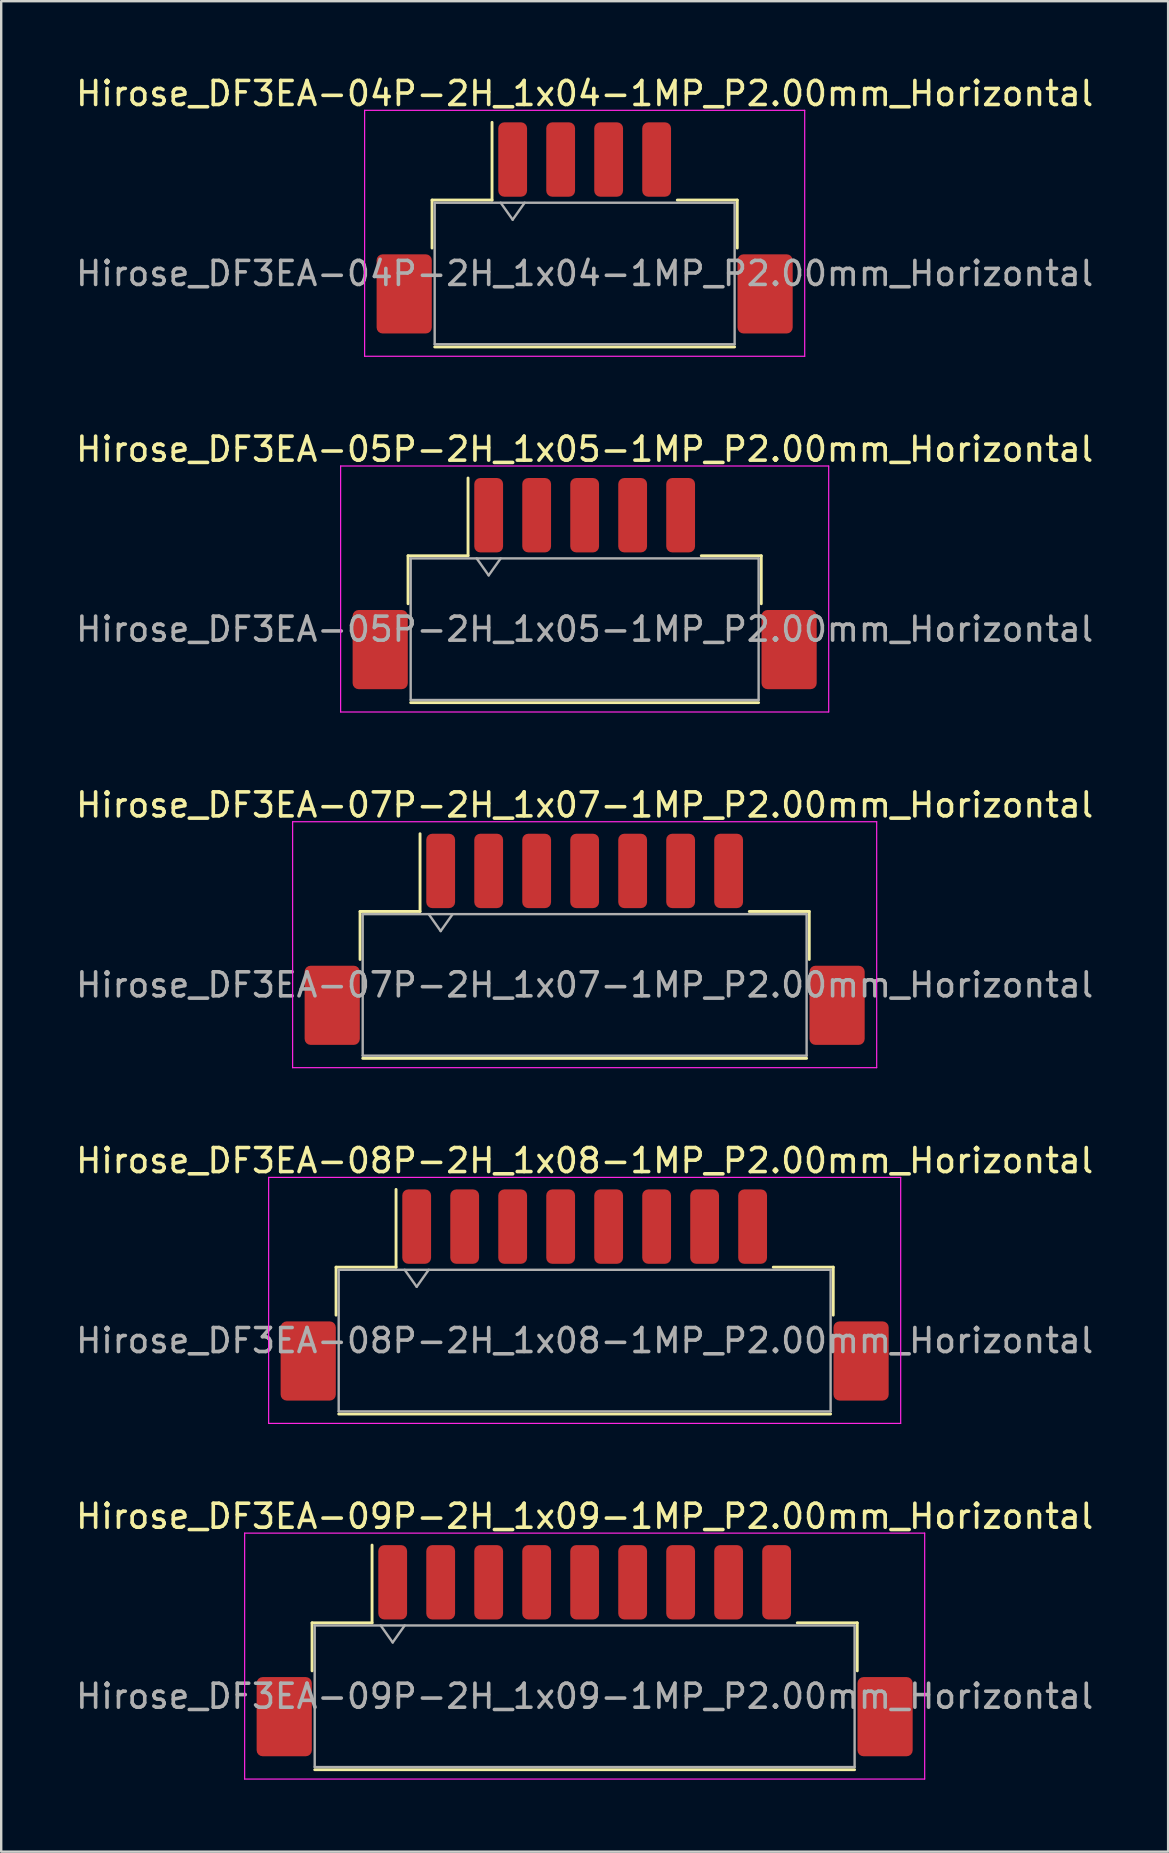
<source format=kicad_pcb>
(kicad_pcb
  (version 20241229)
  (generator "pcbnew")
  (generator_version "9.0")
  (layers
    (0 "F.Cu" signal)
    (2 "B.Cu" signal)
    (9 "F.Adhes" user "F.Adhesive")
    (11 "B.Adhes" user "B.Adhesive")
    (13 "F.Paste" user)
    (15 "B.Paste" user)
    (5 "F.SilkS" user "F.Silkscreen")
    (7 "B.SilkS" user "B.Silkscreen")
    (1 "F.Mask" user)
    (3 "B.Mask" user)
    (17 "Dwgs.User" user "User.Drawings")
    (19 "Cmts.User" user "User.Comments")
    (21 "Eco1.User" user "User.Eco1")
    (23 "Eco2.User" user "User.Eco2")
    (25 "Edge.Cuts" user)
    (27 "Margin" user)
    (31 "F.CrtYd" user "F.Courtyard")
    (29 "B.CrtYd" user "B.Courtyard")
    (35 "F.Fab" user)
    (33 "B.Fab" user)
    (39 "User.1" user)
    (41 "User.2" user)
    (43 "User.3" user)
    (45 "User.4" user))
  (footprint "Hirose_DF3EA-07P-2H_1x07-1MP_P2.00mm_Horizontal"
    (layer "F.Cu")
    (at 21.315 36.095)
    (property "Reference" "Hirose_DF3EA-07P-2H_1x07-1MP_P2.00mm_Horizontal" (at 0 -5.6 0) (layer "F.SilkS") (effects (font (size 1 1) (thickness 0.15))))
    (attr smd)
    (fp_line (start -9.36 -1.16) (end -6.86 -1.16) (stroke (width 0.12) (type solid)) (layer "F.SilkS"))
    (fp_line (start -9.36 0.84) (end -9.36 -1.16) (stroke (width 0.12) (type solid)) (layer "F.SilkS"))
    (fp_line (start -9.25 4.96) (end 9.25 4.96) (stroke (width 0.12) (type solid)) (layer "F.SilkS"))
    (fp_line (start -6.86 -1.16) (end -6.86 -4.4) (stroke (width 0.12) (type solid)) (layer "F.SilkS"))
    (fp_line (start 9.36 -1.16) (end 6.86 -1.16) (stroke (width 0.12) (type solid)) (layer "F.SilkS"))
    (fp_line (start 9.36 0.84) (end 9.36 -1.16) (stroke (width 0.12) (type solid)) (layer "F.SilkS"))
    (fp_line (start -12.17 -4.9) (end -12.17 5.35) (stroke (width 0.05) (type solid)) (layer "F.CrtYd"))
    (fp_line (start -12.17 5.35) (end 12.17 5.35) (stroke (width 0.05) (type solid)) (layer "F.CrtYd"))
    (fp_line (start 12.17 -4.9) (end -12.17 -4.9) (stroke (width 0.05) (type solid)) (layer "F.CrtYd"))
    (fp_line (start 12.17 5.35) (end 12.17 -4.9) (stroke (width 0.05) (type solid)) (layer "F.CrtYd"))
    (fp_line (start -9.25 -1.05) (end -9.25 4.85) (stroke (width 0.1) (type solid)) (layer "F.Fab"))
    (fp_line (start -9.25 -1.05) (end 9.25 -1.05) (stroke (width 0.1) (type solid)) (layer "F.Fab"))
    (fp_line (start -9.25 4.85) (end 9.25 4.85) (stroke (width 0.1) (type solid)) (layer "F.Fab"))
    (fp_line (start -6.5 -1.05) (end -6 -0.343) (stroke (width 0.1) (type solid)) (layer "F.Fab"))
    (fp_line (start -6 -0.343) (end -5.5 -1.05) (stroke (width 0.1) (type solid)) (layer "F.Fab"))
    (fp_line (start 9.25 -1.05) (end 9.25 4.85) (stroke (width 0.1) (type solid)) (layer "F.Fab"))
    (fp_text user "${REFERENCE}" (at 0 1.9 0) (layer "F.Fab") (effects (font (size 1 1) (thickness 0.15))))
    (pad "1" smd roundrect (at -6 -2.85) (size 1.2 3.1) (layers "F.Cu" "F.Mask" "F.Paste") (roundrect_rratio 0.208))
    (pad "2" smd roundrect (at -4 -2.85) (size 1.2 3.1) (layers "F.Cu" "F.Mask" "F.Paste") (roundrect_rratio 0.208))
    (pad "3" smd roundrect (at -2 -2.85) (size 1.2 3.1) (layers "F.Cu" "F.Mask" "F.Paste") (roundrect_rratio 0.208))
    (pad "4" smd roundrect (at 0 -2.85) (size 1.2 3.1) (layers "F.Cu" "F.Mask" "F.Paste") (roundrect_rratio 0.208))
    (pad "5" smd roundrect (at 2 -2.85) (size 1.2 3.1) (layers "F.Cu" "F.Mask" "F.Paste") (roundrect_rratio 0.208))
    (pad "6" smd roundrect (at 4 -2.85) (size 1.2 3.1) (layers "F.Cu" "F.Mask" "F.Paste") (roundrect_rratio 0.208))
    (pad "7" smd roundrect (at 6 -2.85) (size 1.2 3.1) (layers "F.Cu" "F.Mask" "F.Paste") (roundrect_rratio 0.208))
    (pad "MP" smd roundrect (at -10.52 2.75) (size 2.3 3.3) (layers "F.Cu" "F.Mask" "F.Paste") (roundrect_rratio 0.109))
    (pad "MP" smd roundrect (at 10.52 2.75) (size 2.3 3.3) (layers "F.Cu" "F.Mask" "F.Paste") (roundrect_rratio 0.109)))
  (footprint "Hirose_DF3EA-09P-2H_1x09-1MP_P2.00mm_Horizontal"
    (layer "F.Cu")
    (at 21.315 65.741)
    (property "Reference" "Hirose_DF3EA-09P-2H_1x09-1MP_P2.00mm_Horizontal" (at 0 -5.6 0) (layer "F.SilkS") (effects (font (size 1 1) (thickness 0.15))))
    (attr smd)
    (fp_line (start -11.36 -1.16) (end -8.86 -1.16) (stroke (width 0.12) (type solid)) (layer "F.SilkS"))
    (fp_line (start -11.36 0.84) (end -11.36 -1.16) (stroke (width 0.12) (type solid)) (layer "F.SilkS"))
    (fp_line (start -11.25 4.96) (end 11.25 4.96) (stroke (width 0.12) (type solid)) (layer "F.SilkS"))
    (fp_line (start -8.86 -1.16) (end -8.86 -4.4) (stroke (width 0.12) (type solid)) (layer "F.SilkS"))
    (fp_line (start 11.36 -1.16) (end 8.86 -1.16) (stroke (width 0.12) (type solid)) (layer "F.SilkS"))
    (fp_line (start 11.36 0.84) (end 11.36 -1.16) (stroke (width 0.12) (type solid)) (layer "F.SilkS"))
    (fp_line (start -14.17 -4.9) (end -14.17 5.35) (stroke (width 0.05) (type solid)) (layer "F.CrtYd"))
    (fp_line (start -14.17 5.35) (end 14.17 5.35) (stroke (width 0.05) (type solid)) (layer "F.CrtYd"))
    (fp_line (start 14.17 -4.9) (end -14.17 -4.9) (stroke (width 0.05) (type solid)) (layer "F.CrtYd"))
    (fp_line (start 14.17 5.35) (end 14.17 -4.9) (stroke (width 0.05) (type solid)) (layer "F.CrtYd"))
    (fp_line (start -11.25 -1.05) (end -11.25 4.85) (stroke (width 0.1) (type solid)) (layer "F.Fab"))
    (fp_line (start -11.25 -1.05) (end 11.25 -1.05) (stroke (width 0.1) (type solid)) (layer "F.Fab"))
    (fp_line (start -11.25 4.85) (end 11.25 4.85) (stroke (width 0.1) (type solid)) (layer "F.Fab"))
    (fp_line (start -8.5 -1.05) (end -8 -0.343) (stroke (width 0.1) (type solid)) (layer "F.Fab"))
    (fp_line (start -8 -0.343) (end -7.5 -1.05) (stroke (width 0.1) (type solid)) (layer "F.Fab"))
    (fp_line (start 11.25 -1.05) (end 11.25 4.85) (stroke (width 0.1) (type solid)) (layer "F.Fab"))
    (fp_text user "${REFERENCE}" (at 0 1.9 0) (layer "F.Fab") (effects (font (size 1 1) (thickness 0.15))))
    (pad "1" smd roundrect (at -8 -2.85) (size 1.2 3.1) (layers "F.Cu" "F.Mask" "F.Paste") (roundrect_rratio 0.208))
    (pad "2" smd roundrect (at -6 -2.85) (size 1.2 3.1) (layers "F.Cu" "F.Mask" "F.Paste") (roundrect_rratio 0.208))
    (pad "3" smd roundrect (at -4 -2.85) (size 1.2 3.1) (layers "F.Cu" "F.Mask" "F.Paste") (roundrect_rratio 0.208))
    (pad "4" smd roundrect (at -2 -2.85) (size 1.2 3.1) (layers "F.Cu" "F.Mask" "F.Paste") (roundrect_rratio 0.208))
    (pad "5" smd roundrect (at 0 -2.85) (size 1.2 3.1) (layers "F.Cu" "F.Mask" "F.Paste") (roundrect_rratio 0.208))
    (pad "6" smd roundrect (at 2 -2.85) (size 1.2 3.1) (layers "F.Cu" "F.Mask" "F.Paste") (roundrect_rratio 0.208))
    (pad "7" smd roundrect (at 4 -2.85) (size 1.2 3.1) (layers "F.Cu" "F.Mask" "F.Paste") (roundrect_rratio 0.208))
    (pad "8" smd roundrect (at 6 -2.85) (size 1.2 3.1) (layers "F.Cu" "F.Mask" "F.Paste") (roundrect_rratio 0.208))
    (pad "9" smd roundrect (at 8 -2.85) (size 1.2 3.1) (layers "F.Cu" "F.Mask" "F.Paste") (roundrect_rratio 0.208))
    (pad "MP" smd roundrect (at -12.52 2.75) (size 2.3 3.3) (layers "F.Cu" "F.Mask" "F.Paste") (roundrect_rratio 0.109))
    (pad "MP" smd roundrect (at 12.52 2.75) (size 2.3 3.3) (layers "F.Cu" "F.Mask" "F.Paste") (roundrect_rratio 0.109)))
  (footprint "Hirose_DF3EA-08P-2H_1x08-1MP_P2.00mm_Horizontal"
    (layer "F.Cu")
    (at 21.315 50.918)
    (property "Reference" "Hirose_DF3EA-08P-2H_1x08-1MP_P2.00mm_Horizontal" (at 0 -5.6 0) (layer "F.SilkS") (effects (font (size 1 1) (thickness 0.15))))
    (attr smd)
    (fp_line (start -10.36 -1.16) (end -7.86 -1.16) (stroke (width 0.12) (type solid)) (layer "F.SilkS"))
    (fp_line (start -10.36 0.84) (end -10.36 -1.16) (stroke (width 0.12) (type solid)) (layer "F.SilkS"))
    (fp_line (start -10.25 4.96) (end 10.25 4.96) (stroke (width 0.12) (type solid)) (layer "F.SilkS"))
    (fp_line (start -7.86 -1.16) (end -7.86 -4.4) (stroke (width 0.12) (type solid)) (layer "F.SilkS"))
    (fp_line (start 10.36 -1.16) (end 7.86 -1.16) (stroke (width 0.12) (type solid)) (layer "F.SilkS"))
    (fp_line (start 10.36 0.84) (end 10.36 -1.16) (stroke (width 0.12) (type solid)) (layer "F.SilkS"))
    (fp_line (start -13.17 -4.9) (end -13.17 5.35) (stroke (width 0.05) (type solid)) (layer "F.CrtYd"))
    (fp_line (start -13.17 5.35) (end 13.17 5.35) (stroke (width 0.05) (type solid)) (layer "F.CrtYd"))
    (fp_line (start 13.17 -4.9) (end -13.17 -4.9) (stroke (width 0.05) (type solid)) (layer "F.CrtYd"))
    (fp_line (start 13.17 5.35) (end 13.17 -4.9) (stroke (width 0.05) (type solid)) (layer "F.CrtYd"))
    (fp_line (start -10.25 -1.05) (end -10.25 4.85) (stroke (width 0.1) (type solid)) (layer "F.Fab"))
    (fp_line (start -10.25 -1.05) (end 10.25 -1.05) (stroke (width 0.1) (type solid)) (layer "F.Fab"))
    (fp_line (start -10.25 4.85) (end 10.25 4.85) (stroke (width 0.1) (type solid)) (layer "F.Fab"))
    (fp_line (start -7.5 -1.05) (end -7 -0.343) (stroke (width 0.1) (type solid)) (layer "F.Fab"))
    (fp_line (start -7 -0.343) (end -6.5 -1.05) (stroke (width 0.1) (type solid)) (layer "F.Fab"))
    (fp_line (start 10.25 -1.05) (end 10.25 4.85) (stroke (width 0.1) (type solid)) (layer "F.Fab"))
    (fp_text user "${REFERENCE}" (at 0 1.9 0) (layer "F.Fab") (effects (font (size 1 1) (thickness 0.15))))
    (pad "1" smd roundrect (at -7 -2.85) (size 1.2 3.1) (layers "F.Cu" "F.Mask" "F.Paste") (roundrect_rratio 0.208))
    (pad "2" smd roundrect (at -5 -2.85) (size 1.2 3.1) (layers "F.Cu" "F.Mask" "F.Paste") (roundrect_rratio 0.208))
    (pad "3" smd roundrect (at -3 -2.85) (size 1.2 3.1) (layers "F.Cu" "F.Mask" "F.Paste") (roundrect_rratio 0.208))
    (pad "4" smd roundrect (at -1 -2.85) (size 1.2 3.1) (layers "F.Cu" "F.Mask" "F.Paste") (roundrect_rratio 0.208))
    (pad "5" smd roundrect (at 1 -2.85) (size 1.2 3.1) (layers "F.Cu" "F.Mask" "F.Paste") (roundrect_rratio 0.208))
    (pad "6" smd roundrect (at 3 -2.85) (size 1.2 3.1) (layers "F.Cu" "F.Mask" "F.Paste") (roundrect_rratio 0.208))
    (pad "7" smd roundrect (at 5 -2.85) (size 1.2 3.1) (layers "F.Cu" "F.Mask" "F.Paste") (roundrect_rratio 0.208))
    (pad "8" smd roundrect (at 7 -2.85) (size 1.2 3.1) (layers "F.Cu" "F.Mask" "F.Paste") (roundrect_rratio 0.208))
    (pad "MP" smd roundrect (at -11.52 2.75) (size 2.3 3.3) (layers "F.Cu" "F.Mask" "F.Paste") (roundrect_rratio 0.109))
    (pad "MP" smd roundrect (at 11.52 2.75) (size 2.3 3.3) (layers "F.Cu" "F.Mask" "F.Paste") (roundrect_rratio 0.109)))
  (footprint "Hirose_DF3EA-04P-2H_1x04-1MP_P2.00mm_Horizontal"
    (layer "F.Cu")
    (at 21.315 6.448)
    (property "Reference" "Hirose_DF3EA-04P-2H_1x04-1MP_P2.00mm_Horizontal" (at 0 -5.6 0) (layer "F.SilkS") (effects (font (size 1 1) (thickness 0.15))))
    (attr smd)
    (fp_line (start -6.36 -1.16) (end -3.86 -1.16) (stroke (width 0.12) (type solid)) (layer "F.SilkS"))
    (fp_line (start -6.36 0.84) (end -6.36 -1.16) (stroke (width 0.12) (type solid)) (layer "F.SilkS"))
    (fp_line (start -6.25 4.96) (end 6.25 4.96) (stroke (width 0.12) (type solid)) (layer "F.SilkS"))
    (fp_line (start -3.86 -1.16) (end -3.86 -4.4) (stroke (width 0.12) (type solid)) (layer "F.SilkS"))
    (fp_line (start 6.36 -1.16) (end 3.86 -1.16) (stroke (width 0.12) (type solid)) (layer "F.SilkS"))
    (fp_line (start 6.36 0.84) (end 6.36 -1.16) (stroke (width 0.12) (type solid)) (layer "F.SilkS"))
    (fp_line (start -9.17 -4.9) (end -9.17 5.35) (stroke (width 0.05) (type solid)) (layer "F.CrtYd"))
    (fp_line (start -9.17 5.35) (end 9.17 5.35) (stroke (width 0.05) (type solid)) (layer "F.CrtYd"))
    (fp_line (start 9.17 -4.9) (end -9.17 -4.9) (stroke (width 0.05) (type solid)) (layer "F.CrtYd"))
    (fp_line (start 9.17 5.35) (end 9.17 -4.9) (stroke (width 0.05) (type solid)) (layer "F.CrtYd"))
    (fp_line (start -6.25 -1.05) (end -6.25 4.85) (stroke (width 0.1) (type solid)) (layer "F.Fab"))
    (fp_line (start -6.25 -1.05) (end 6.25 -1.05) (stroke (width 0.1) (type solid)) (layer "F.Fab"))
    (fp_line (start -6.25 4.85) (end 6.25 4.85) (stroke (width 0.1) (type solid)) (layer "F.Fab"))
    (fp_line (start -3.5 -1.05) (end -3 -0.343) (stroke (width 0.1) (type solid)) (layer "F.Fab"))
    (fp_line (start -3 -0.343) (end -2.5 -1.05) (stroke (width 0.1) (type solid)) (layer "F.Fab"))
    (fp_line (start 6.25 -1.05) (end 6.25 4.85) (stroke (width 0.1) (type solid)) (layer "F.Fab"))
    (fp_text user "${REFERENCE}" (at 0 1.9 0) (layer "F.Fab") (effects (font (size 1 1) (thickness 0.15))))
    (pad "1" smd roundrect (at -3 -2.85) (size 1.2 3.1) (layers "F.Cu" "F.Mask" "F.Paste") (roundrect_rratio 0.208))
    (pad "2" smd roundrect (at -1 -2.85) (size 1.2 3.1) (layers "F.Cu" "F.Mask" "F.Paste") (roundrect_rratio 0.208))
    (pad "3" smd roundrect (at 1 -2.85) (size 1.2 3.1) (layers "F.Cu" "F.Mask" "F.Paste") (roundrect_rratio 0.208))
    (pad "4" smd roundrect (at 3 -2.85) (size 1.2 3.1) (layers "F.Cu" "F.Mask" "F.Paste") (roundrect_rratio 0.208))
    (pad "MP" smd roundrect (at -7.52 2.75) (size 2.3 3.3) (layers "F.Cu" "F.Mask" "F.Paste") (roundrect_rratio 0.109))
    (pad "MP" smd roundrect (at 7.52 2.75) (size 2.3 3.3) (layers "F.Cu" "F.Mask" "F.Paste") (roundrect_rratio 0.109)))
  (footprint "Hirose_DF3EA-05P-2H_1x05-1MP_P2.00mm_Horizontal"
    (layer "F.Cu")
    (at 21.315 21.271)
    (property "Reference" "Hirose_DF3EA-05P-2H_1x05-1MP_P2.00mm_Horizontal" (at 0 -5.6 0) (layer "F.SilkS") (effects (font (size 1 1) (thickness 0.15))))
    (attr smd)
    (fp_line (start -7.36 -1.16) (end -4.86 -1.16) (stroke (width 0.12) (type solid)) (layer "F.SilkS"))
    (fp_line (start -7.36 0.84) (end -7.36 -1.16) (stroke (width 0.12) (type solid)) (layer "F.SilkS"))
    (fp_line (start -7.25 4.96) (end 7.25 4.96) (stroke (width 0.12) (type solid)) (layer "F.SilkS"))
    (fp_line (start -4.86 -1.16) (end -4.86 -4.4) (stroke (width 0.12) (type solid)) (layer "F.SilkS"))
    (fp_line (start 7.36 -1.16) (end 4.86 -1.16) (stroke (width 0.12) (type solid)) (layer "F.SilkS"))
    (fp_line (start 7.36 0.84) (end 7.36 -1.16) (stroke (width 0.12) (type solid)) (layer "F.SilkS"))
    (fp_line (start -10.17 -4.9) (end -10.17 5.35) (stroke (width 0.05) (type solid)) (layer "F.CrtYd"))
    (fp_line (start -10.17 5.35) (end 10.17 5.35) (stroke (width 0.05) (type solid)) (layer "F.CrtYd"))
    (fp_line (start 10.17 -4.9) (end -10.17 -4.9) (stroke (width 0.05) (type solid)) (layer "F.CrtYd"))
    (fp_line (start 10.17 5.35) (end 10.17 -4.9) (stroke (width 0.05) (type solid)) (layer "F.CrtYd"))
    (fp_line (start -7.25 -1.05) (end -7.25 4.85) (stroke (width 0.1) (type solid)) (layer "F.Fab"))
    (fp_line (start -7.25 -1.05) (end 7.25 -1.05) (stroke (width 0.1) (type solid)) (layer "F.Fab"))
    (fp_line (start -7.25 4.85) (end 7.25 4.85) (stroke (width 0.1) (type solid)) (layer "F.Fab"))
    (fp_line (start -4.5 -1.05) (end -4 -0.343) (stroke (width 0.1) (type solid)) (layer "F.Fab"))
    (fp_line (start -4 -0.343) (end -3.5 -1.05) (stroke (width 0.1) (type solid)) (layer "F.Fab"))
    (fp_line (start 7.25 -1.05) (end 7.25 4.85) (stroke (width 0.1) (type solid)) (layer "F.Fab"))
    (fp_text user "${REFERENCE}" (at 0 1.9 0) (layer "F.Fab") (effects (font (size 1 1) (thickness 0.15))))
    (pad "1" smd roundrect (at -4 -2.85) (size 1.2 3.1) (layers "F.Cu" "F.Mask" "F.Paste") (roundrect_rratio 0.208))
    (pad "2" smd roundrect (at -2 -2.85) (size 1.2 3.1) (layers "F.Cu" "F.Mask" "F.Paste") (roundrect_rratio 0.208))
    (pad "3" smd roundrect (at 0 -2.85) (size 1.2 3.1) (layers "F.Cu" "F.Mask" "F.Paste") (roundrect_rratio 0.208))
    (pad "4" smd roundrect (at 2 -2.85) (size 1.2 3.1) (layers "F.Cu" "F.Mask" "F.Paste") (roundrect_rratio 0.208))
    (pad "5" smd roundrect (at 4 -2.85) (size 1.2 3.1) (layers "F.Cu" "F.Mask" "F.Paste") (roundrect_rratio 0.208))
    (pad "MP" smd roundrect (at -8.52 2.75) (size 2.3 3.3) (layers "F.Cu" "F.Mask" "F.Paste") (roundrect_rratio 0.109))
    (pad "MP" smd roundrect (at 8.52 2.75) (size 2.3 3.3) (layers "F.Cu" "F.Mask" "F.Paste") (roundrect_rratio 0.109)))
  (gr_rect
    (start -3 -3)
    (end 45.631 74.116)
    (stroke (width 0.1) (type default))
    (fill no)
    (layer "Edge.Cuts")))
</source>
